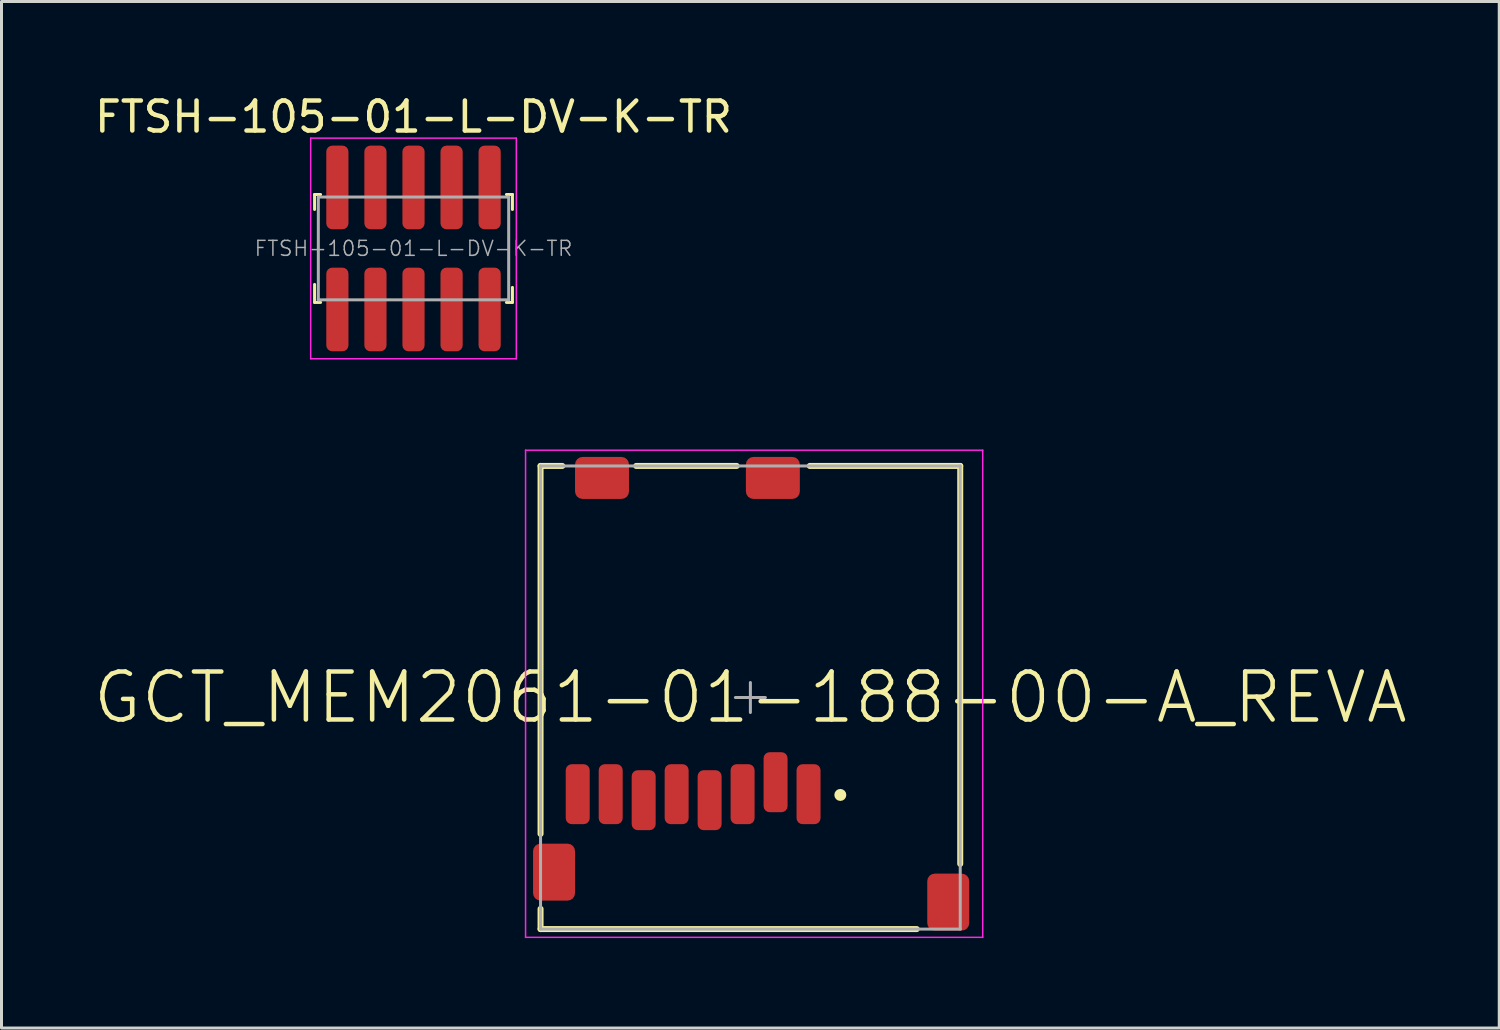
<source format=kicad_pcb>
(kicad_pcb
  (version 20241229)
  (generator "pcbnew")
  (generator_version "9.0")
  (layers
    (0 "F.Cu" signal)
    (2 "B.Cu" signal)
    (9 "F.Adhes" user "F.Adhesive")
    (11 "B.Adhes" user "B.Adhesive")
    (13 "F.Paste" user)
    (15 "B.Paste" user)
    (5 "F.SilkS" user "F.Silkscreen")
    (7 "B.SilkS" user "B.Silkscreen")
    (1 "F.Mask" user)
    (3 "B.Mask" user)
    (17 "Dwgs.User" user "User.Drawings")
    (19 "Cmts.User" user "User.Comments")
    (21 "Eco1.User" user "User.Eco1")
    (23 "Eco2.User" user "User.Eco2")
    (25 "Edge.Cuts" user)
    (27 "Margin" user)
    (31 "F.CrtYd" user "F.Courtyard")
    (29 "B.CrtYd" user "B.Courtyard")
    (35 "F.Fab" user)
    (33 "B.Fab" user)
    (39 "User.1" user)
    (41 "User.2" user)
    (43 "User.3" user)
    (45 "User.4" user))
  (footprint "GCT_MEM2061-01-188-00-A_REVA"
    (layer "F.Cu")
    (at 21.982 20.218)
    (property "Reference" "GCT_MEM2061-01-188-00-A_REVA" (at 0 0 0) (layer "F.SilkS") (effects (font (size 1.601 1.601) (thickness 0.15))))
    (attr smd)
    (fp_line (start -7 -7.725) (end -6.274 -7.725) (stroke (width 0.2) (type solid)) (layer "F.SilkS"))
    (fp_line (start -7 4.55) (end -7 -7.725) (stroke (width 0.2) (type solid)) (layer "F.SilkS"))
    (fp_line (start -7 7.725) (end -7 7.05) (stroke (width 0.2) (type solid)) (layer "F.SilkS"))
    (fp_line (start -7 7.725) (end 5.55 7.725) (stroke (width 0.2) (type solid)) (layer "F.SilkS"))
    (fp_line (start -3.81 -7.725) (end -0.457 -7.725) (stroke (width 0.2) (type solid)) (layer "F.SilkS"))
    (fp_line (start 1.981 -7.725) (end 7 -7.725) (stroke (width 0.2) (type solid)) (layer "F.SilkS"))
    (fp_line (start 7 5.55) (end 7 -7.725) (stroke (width 0.2) (type solid)) (layer "F.SilkS"))
    (fp_circle (center 3 3.25) (end 3.1 3.25) (stroke (width 0.2) (type solid)) (fill no) (layer "F.SilkS"))
    (fp_line (start -7.5 -8.25) (end 7.75 -8.25) (stroke (width 0.05) (type solid)) (layer "F.CrtYd"))
    (fp_line (start -7.5 8) (end -7.5 -8.25) (stroke (width 0.05) (type solid)) (layer "F.CrtYd"))
    (fp_line (start 7.75 -8.25) (end 7.75 8) (stroke (width 0.05) (type solid)) (layer "F.CrtYd"))
    (fp_line (start 7.75 8) (end -7.5 8) (stroke (width 0.05) (type solid)) (layer "F.CrtYd"))
    (fp_line (start -7 -7.725) (end 7 -7.725) (stroke (width 0.1) (type solid)) (layer "F.Fab"))
    (fp_line (start -7 7.725) (end -7 -7.725) (stroke (width 0.1) (type solid)) (layer "F.Fab"))
    (fp_line (start -7 7.725) (end 7 7.725) (stroke (width 0.1) (type solid)) (layer "F.Fab"))
    (fp_line (start -0.5 0) (end 0.5 0) (stroke (width 0.1) (type solid)) (layer "F.Fab"))
    (fp_line (start 0 0.5) (end 0 -0.5) (stroke (width 0.1) (type solid)) (layer "F.Fab"))
    (fp_line (start 7 7.725) (end 7 -7.725) (stroke (width 0.1) (type solid)) (layer "F.Fab"))
    (pad "1" smd roundrect (at 1.94 3.225) (size 0.8 2) (layers "F.Cu" "F.Mask" "F.Paste") (roundrect_rratio 0.25))
    (pad "2" smd roundrect (at 0.84 2.825) (size 0.8 2) (layers "F.Cu" "F.Mask" "F.Paste") (roundrect_rratio 0.25))
    (pad "3" smd roundrect (at -0.26 3.225) (size 0.8 2) (layers "F.Cu" "F.Mask" "F.Paste") (roundrect_rratio 0.25))
    (pad "4" smd roundrect (at -1.36 3.425) (size 0.8 2) (layers "F.Cu" "F.Mask" "F.Paste") (roundrect_rratio 0.25))
    (pad "5" smd roundrect (at -2.46 3.225) (size 0.8 2) (layers "F.Cu" "F.Mask" "F.Paste") (roundrect_rratio 0.25))
    (pad "6" smd roundrect (at -3.56 3.425) (size 0.8 2) (layers "F.Cu" "F.Mask" "F.Paste") (roundrect_rratio 0.25))
    (pad "7" smd roundrect (at -4.66 3.225) (size 0.8 2) (layers "F.Cu" "F.Mask" "F.Paste") (roundrect_rratio 0.25))
    (pad "8" smd roundrect (at -5.76 3.225) (size 0.8 2) (layers "F.Cu" "F.Mask" "F.Paste") (roundrect_rratio 0.25))
    (pad "9" smd roundrect (at -4.95 -7.325) (size 1.8 1.4) (layers "F.Cu" "F.Mask" "F.Paste") (roundrect_rratio 0.179))
    (pad "10" smd roundrect (at 0.75 -7.325) (size 1.8 1.4) (layers "F.Cu" "F.Mask" "F.Paste") (roundrect_rratio 0.179))
    (pad "11" smd roundrect (at -6.55 5.825) (size 1.4 1.9) (layers "F.Cu" "F.Mask" "F.Paste") (roundrect_rratio 0.179))
    (pad "11" smd roundrect (at 6.6 6.825) (size 1.4 1.9) (layers "F.Cu" "F.Mask" "F.Paste") (roundrect_rratio 0.179)))
  (footprint "FTSH-105-01-L-DV-K-TR"
    (layer "F.Cu")
    (at 10.744 5.238)
    (property "Reference" "FTSH-105-01-L-DV-K-TR" (at 0 -4.39 0) (layer "F.SilkS") (effects (font (size 1 1) (thickness 0.15))))
    (attr smd)
    (fp_line (start -3.3 -1.8) (end -3.3 -1.3) (stroke (width 0.1) (type solid)) (layer "F.SilkS"))
    (fp_line (start -3.3 1.8) (end -3.3 1.2) (stroke (width 0.1) (type solid)) (layer "F.SilkS"))
    (fp_line (start -3.1 -1.8) (end -3.3 -1.8) (stroke (width 0.1) (type solid)) (layer "F.SilkS"))
    (fp_line (start -3.1 1.8) (end -3.3 1.8) (stroke (width 0.1) (type solid)) (layer "F.SilkS"))
    (fp_line (start 3.1 -1.8) (end 3.3 -1.8) (stroke (width 0.1) (type solid)) (layer "F.SilkS"))
    (fp_line (start 3.1 1.8) (end 3.3 1.8) (stroke (width 0.1) (type solid)) (layer "F.SilkS"))
    (fp_line (start 3.3 -1.8) (end 3.3 -1.3) (stroke (width 0.1) (type solid)) (layer "F.SilkS"))
    (fp_line (start 3.3 1.8) (end 3.3 1.3) (stroke (width 0.1) (type solid)) (layer "F.SilkS"))
    (fp_line (start -3.43 -3.68) (end -3.43 3.68) (stroke (width 0.05) (type solid)) (layer "F.CrtYd"))
    (fp_line (start 3.43 -3.68) (end -3.43 -3.68) (stroke (width 0.05) (type solid)) (layer "F.CrtYd"))
    (fp_line (start 3.43 -3.68) (end 3.43 3.68) (stroke (width 0.05) (type solid)) (layer "F.CrtYd"))
    (fp_line (start 3.43 3.68) (end -3.43 3.68) (stroke (width 0.05) (type solid)) (layer "F.CrtYd"))
    (fp_line (start -3.175 -1.715) (end -3.175 1.715) (stroke (width 0.1) (type solid)) (layer "F.Fab"))
    (fp_line (start -3.175 -1.715) (end 3.175 -1.715) (stroke (width 0.1) (type solid)) (layer "F.Fab"))
    (fp_line (start -3.175 1.715) (end 3.175 1.715) (stroke (width 0.1) (type solid)) (layer "F.Fab"))
    (fp_line (start 3.175 -1.715) (end 3.175 1.715) (stroke (width 0.1) (type solid)) (layer "F.Fab"))
    (fp_text user "${REFERENCE}" (at 0 0 0) (layer "F.Fab") (effects (font (size 0.5 0.5) (thickness 0.05))))
    (pad "1" smd roundrect (at -2.54 2.035) (size 0.74 2.79) (layers "F.Cu" "F.Mask" "F.Paste") (roundrect_rratio 0.27))
    (pad "2" smd roundrect (at -2.54 -2.035) (size 0.74 2.79) (layers "F.Cu" "F.Mask" "F.Paste") (roundrect_rratio 0.27))
    (pad "3" smd roundrect (at -1.27 2.035) (size 0.74 2.79) (layers "F.Cu" "F.Mask" "F.Paste") (roundrect_rratio 0.27))
    (pad "4" smd roundrect (at -1.27 -2.035) (size 0.74 2.79) (layers "F.Cu" "F.Mask" "F.Paste") (roundrect_rratio 0.27))
    (pad "5" smd roundrect (at 0 2.035) (size 0.74 2.79) (layers "F.Cu" "F.Mask" "F.Paste") (roundrect_rratio 0.27))
    (pad "6" smd roundrect (at 0 -2.035) (size 0.74 2.79) (layers "F.Cu" "F.Mask" "F.Paste") (roundrect_rratio 0.27))
    (pad "7" smd roundrect (at 1.27 2.035) (size 0.74 2.79) (layers "F.Cu" "F.Mask" "F.Paste") (roundrect_rratio 0.27))
    (pad "8" smd roundrect (at 1.27 -2.035) (size 0.74 2.79) (layers "F.Cu" "F.Mask" "F.Paste") (roundrect_rratio 0.27))
    (pad "9" smd roundrect (at 2.54 2.035) (size 0.74 2.79) (layers "F.Cu" "F.Mask" "F.Paste") (roundrect_rratio 0.27))
    (pad "10" smd roundrect (at 2.54 -2.035) (size 0.74 2.79) (layers "F.Cu" "F.Mask" "F.Paste") (roundrect_rratio 0.27)))
  (gr_rect
    (start -3 -3)
    (end 46.963 31.243)
    (stroke (width 0.1) (type default))
    (fill no)
    (layer "Edge.Cuts")))
</source>
